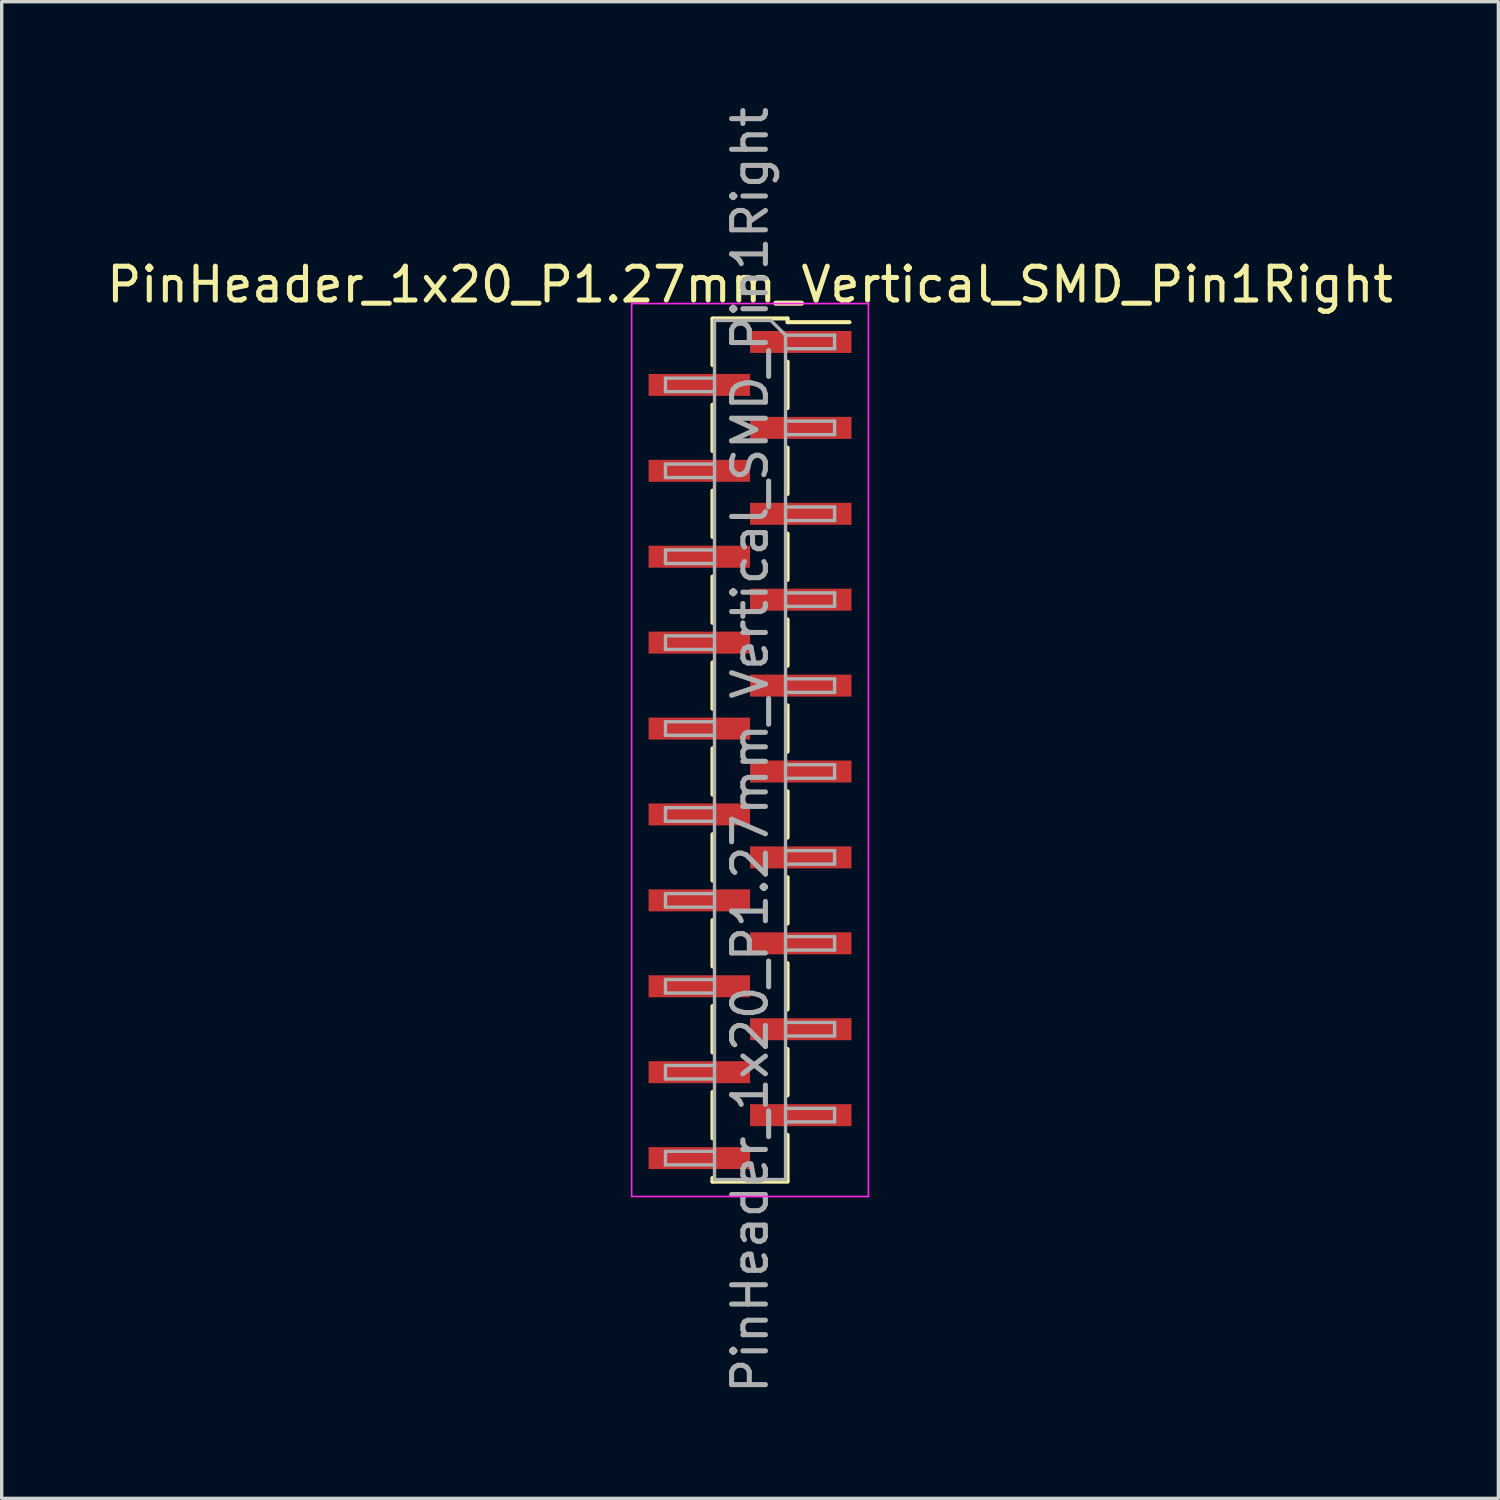
<source format=kicad_pcb>
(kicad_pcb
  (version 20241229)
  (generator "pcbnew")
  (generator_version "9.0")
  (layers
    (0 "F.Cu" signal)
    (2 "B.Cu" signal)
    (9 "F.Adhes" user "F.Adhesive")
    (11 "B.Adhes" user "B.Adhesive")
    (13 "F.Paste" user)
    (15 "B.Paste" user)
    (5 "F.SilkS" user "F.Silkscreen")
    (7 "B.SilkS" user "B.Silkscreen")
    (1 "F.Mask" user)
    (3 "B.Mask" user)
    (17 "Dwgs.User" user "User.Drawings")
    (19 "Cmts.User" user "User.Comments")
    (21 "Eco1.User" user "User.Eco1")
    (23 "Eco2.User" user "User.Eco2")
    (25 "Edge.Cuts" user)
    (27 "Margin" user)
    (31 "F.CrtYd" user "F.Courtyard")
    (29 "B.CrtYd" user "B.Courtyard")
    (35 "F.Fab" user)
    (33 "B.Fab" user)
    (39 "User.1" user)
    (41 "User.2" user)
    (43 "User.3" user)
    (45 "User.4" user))
  (footprint "PinHeader_1x20_P1.27mm_Vertical_SMD_Pin1Right"
    (layer "F.Cu")
    (at 19.125 19.125)
    (property "Reference" "PinHeader_1x20_P1.27mm_Vertical_SMD_Pin1Right" (at 0 -13.76 0) (layer "F.SilkS") (effects (font (size 1 1) (thickness 0.15))))
    (attr smd)
    (fp_line (start -1.11 -12.76) (end 1.11 -12.76) (stroke (width 0.12) (type solid)) (layer "F.SilkS"))
    (fp_line (start -1.11 -12.75) (end -1.11 -11.38) (stroke (width 0.12) (type solid)) (layer "F.SilkS"))
    (fp_line (start -1.11 -10.21) (end -1.11 -8.84) (stroke (width 0.12) (type solid)) (layer "F.SilkS"))
    (fp_line (start -1.11 -7.67) (end -1.11 -6.3) (stroke (width 0.12) (type solid)) (layer "F.SilkS"))
    (fp_line (start -1.11 -5.13) (end -1.11 -3.76) (stroke (width 0.12) (type solid)) (layer "F.SilkS"))
    (fp_line (start -1.11 -2.59) (end -1.11 -1.22) (stroke (width 0.12) (type solid)) (layer "F.SilkS"))
    (fp_line (start -1.11 -0.05) (end -1.11 1.32) (stroke (width 0.12) (type solid)) (layer "F.SilkS"))
    (fp_line (start -1.11 2.49) (end -1.11 3.86) (stroke (width 0.12) (type solid)) (layer "F.SilkS"))
    (fp_line (start -1.11 5.03) (end -1.11 6.4) (stroke (width 0.12) (type solid)) (layer "F.SilkS"))
    (fp_line (start -1.11 7.57) (end -1.11 8.94) (stroke (width 0.12) (type solid)) (layer "F.SilkS"))
    (fp_line (start -1.11 10.11) (end -1.11 11.48) (stroke (width 0.12) (type solid)) (layer "F.SilkS"))
    (fp_line (start -1.11 12.65) (end -1.11 12.76) (stroke (width 0.12) (type solid)) (layer "F.SilkS"))
    (fp_line (start -1.11 12.76) (end 1.11 12.76) (stroke (width 0.12) (type solid)) (layer "F.SilkS"))
    (fp_line (start 1.11 -12.76) (end 1.11 -12.65) (stroke (width 0.12) (type solid)) (layer "F.SilkS"))
    (fp_line (start 1.11 -12.65) (end 2.94 -12.65) (stroke (width 0.12) (type solid)) (layer "F.SilkS"))
    (fp_line (start 1.11 -11.48) (end 1.11 -10.11) (stroke (width 0.12) (type solid)) (layer "F.SilkS"))
    (fp_line (start 1.11 -8.94) (end 1.11 -7.57) (stroke (width 0.12) (type solid)) (layer "F.SilkS"))
    (fp_line (start 1.11 -6.4) (end 1.11 -5.03) (stroke (width 0.12) (type solid)) (layer "F.SilkS"))
    (fp_line (start 1.11 -3.86) (end 1.11 -2.49) (stroke (width 0.12) (type solid)) (layer "F.SilkS"))
    (fp_line (start 1.11 -1.32) (end 1.11 0.05) (stroke (width 0.12) (type solid)) (layer "F.SilkS"))
    (fp_line (start 1.11 1.22) (end 1.11 2.59) (stroke (width 0.12) (type solid)) (layer "F.SilkS"))
    (fp_line (start 1.11 3.76) (end 1.11 5.13) (stroke (width 0.12) (type solid)) (layer "F.SilkS"))
    (fp_line (start 1.11 6.3) (end 1.11 7.67) (stroke (width 0.12) (type solid)) (layer "F.SilkS"))
    (fp_line (start 1.11 8.84) (end 1.11 10.21) (stroke (width 0.12) (type solid)) (layer "F.SilkS"))
    (fp_line (start 1.11 11.38) (end 1.11 12.75) (stroke (width 0.12) (type solid)) (layer "F.SilkS"))
    (fp_line (start -3.5 -13.2) (end -3.5 13.2) (stroke (width 0.05) (type solid)) (layer "F.CrtYd"))
    (fp_line (start -3.5 13.2) (end 3.5 13.2) (stroke (width 0.05) (type solid)) (layer "F.CrtYd"))
    (fp_line (start 3.5 -13.2) (end -3.5 -13.2) (stroke (width 0.05) (type solid)) (layer "F.CrtYd"))
    (fp_line (start 3.5 13.2) (end 3.5 -13.2) (stroke (width 0.05) (type solid)) (layer "F.CrtYd"))
    (fp_line (start -2.5 -10.995) (end -2.5 -10.595) (stroke (width 0.1) (type solid)) (layer "F.Fab"))
    (fp_line (start -2.5 -10.595) (end -1.05 -10.595) (stroke (width 0.1) (type solid)) (layer "F.Fab"))
    (fp_line (start -2.5 -8.455) (end -2.5 -8.055) (stroke (width 0.1) (type solid)) (layer "F.Fab"))
    (fp_line (start -2.5 -8.055) (end -1.05 -8.055) (stroke (width 0.1) (type solid)) (layer "F.Fab"))
    (fp_line (start -2.5 -5.915) (end -2.5 -5.515) (stroke (width 0.1) (type solid)) (layer "F.Fab"))
    (fp_line (start -2.5 -5.515) (end -1.05 -5.515) (stroke (width 0.1) (type solid)) (layer "F.Fab"))
    (fp_line (start -2.5 -3.375) (end -2.5 -2.975) (stroke (width 0.1) (type solid)) (layer "F.Fab"))
    (fp_line (start -2.5 -2.975) (end -1.05 -2.975) (stroke (width 0.1) (type solid)) (layer "F.Fab"))
    (fp_line (start -2.5 -0.835) (end -2.5 -0.435) (stroke (width 0.1) (type solid)) (layer "F.Fab"))
    (fp_line (start -2.5 -0.435) (end -1.05 -0.435) (stroke (width 0.1) (type solid)) (layer "F.Fab"))
    (fp_line (start -2.5 1.705) (end -2.5 2.105) (stroke (width 0.1) (type solid)) (layer "F.Fab"))
    (fp_line (start -2.5 2.105) (end -1.05 2.105) (stroke (width 0.1) (type solid)) (layer "F.Fab"))
    (fp_line (start -2.5 4.245) (end -2.5 4.645) (stroke (width 0.1) (type solid)) (layer "F.Fab"))
    (fp_line (start -2.5 4.645) (end -1.05 4.645) (stroke (width 0.1) (type solid)) (layer "F.Fab"))
    (fp_line (start -2.5 6.785) (end -2.5 7.185) (stroke (width 0.1) (type solid)) (layer "F.Fab"))
    (fp_line (start -2.5 7.185) (end -1.05 7.185) (stroke (width 0.1) (type solid)) (layer "F.Fab"))
    (fp_line (start -2.5 9.325) (end -2.5 9.725) (stroke (width 0.1) (type solid)) (layer "F.Fab"))
    (fp_line (start -2.5 9.725) (end -1.05 9.725) (stroke (width 0.1) (type solid)) (layer "F.Fab"))
    (fp_line (start -2.5 11.865) (end -2.5 12.265) (stroke (width 0.1) (type solid)) (layer "F.Fab"))
    (fp_line (start -2.5 12.265) (end -1.05 12.265) (stroke (width 0.1) (type solid)) (layer "F.Fab"))
    (fp_line (start -1.05 -12.7) (end -1.05 12.7) (stroke (width 0.1) (type solid)) (layer "F.Fab"))
    (fp_line (start -1.05 -12.7) (end 0.615 -12.7) (stroke (width 0.1) (type solid)) (layer "F.Fab"))
    (fp_line (start -1.05 -10.995) (end -2.5 -10.995) (stroke (width 0.1) (type solid)) (layer "F.Fab"))
    (fp_line (start -1.05 -8.455) (end -2.5 -8.455) (stroke (width 0.1) (type solid)) (layer "F.Fab"))
    (fp_line (start -1.05 -5.915) (end -2.5 -5.915) (stroke (width 0.1) (type solid)) (layer "F.Fab"))
    (fp_line (start -1.05 -3.375) (end -2.5 -3.375) (stroke (width 0.1) (type solid)) (layer "F.Fab"))
    (fp_line (start -1.05 -0.835) (end -2.5 -0.835) (stroke (width 0.1) (type solid)) (layer "F.Fab"))
    (fp_line (start -1.05 1.705) (end -2.5 1.705) (stroke (width 0.1) (type solid)) (layer "F.Fab"))
    (fp_line (start -1.05 4.245) (end -2.5 4.245) (stroke (width 0.1) (type solid)) (layer "F.Fab"))
    (fp_line (start -1.05 6.785) (end -2.5 6.785) (stroke (width 0.1) (type solid)) (layer "F.Fab"))
    (fp_line (start -1.05 9.325) (end -2.5 9.325) (stroke (width 0.1) (type solid)) (layer "F.Fab"))
    (fp_line (start -1.05 11.865) (end -2.5 11.865) (stroke (width 0.1) (type solid)) (layer "F.Fab"))
    (fp_line (start 1.05 -12.265) (end 0.615 -12.7) (stroke (width 0.1) (type solid)) (layer "F.Fab"))
    (fp_line (start 1.05 -12.265) (end 2.5 -12.265) (stroke (width 0.1) (type solid)) (layer "F.Fab"))
    (fp_line (start 1.05 -9.725) (end 2.5 -9.725) (stroke (width 0.1) (type solid)) (layer "F.Fab"))
    (fp_line (start 1.05 -7.185) (end 2.5 -7.185) (stroke (width 0.1) (type solid)) (layer "F.Fab"))
    (fp_line (start 1.05 -4.645) (end 2.5 -4.645) (stroke (width 0.1) (type solid)) (layer "F.Fab"))
    (fp_line (start 1.05 -2.105) (end 2.5 -2.105) (stroke (width 0.1) (type solid)) (layer "F.Fab"))
    (fp_line (start 1.05 0.435) (end 2.5 0.435) (stroke (width 0.1) (type solid)) (layer "F.Fab"))
    (fp_line (start 1.05 2.975) (end 2.5 2.975) (stroke (width 0.1) (type solid)) (layer "F.Fab"))
    (fp_line (start 1.05 5.515) (end 2.5 5.515) (stroke (width 0.1) (type solid)) (layer "F.Fab"))
    (fp_line (start 1.05 8.055) (end 2.5 8.055) (stroke (width 0.1) (type solid)) (layer "F.Fab"))
    (fp_line (start 1.05 10.595) (end 2.5 10.595) (stroke (width 0.1) (type solid)) (layer "F.Fab"))
    (fp_line (start 1.05 12.7) (end -1.05 12.7) (stroke (width 0.1) (type solid)) (layer "F.Fab"))
    (fp_line (start 1.05 12.7) (end 1.05 -12.265) (stroke (width 0.1) (type solid)) (layer "F.Fab"))
    (fp_line (start 2.5 -12.265) (end 2.5 -11.865) (stroke (width 0.1) (type solid)) (layer "F.Fab"))
    (fp_line (start 2.5 -11.865) (end 1.05 -11.865) (stroke (width 0.1) (type solid)) (layer "F.Fab"))
    (fp_line (start 2.5 -9.725) (end 2.5 -9.325) (stroke (width 0.1) (type solid)) (layer "F.Fab"))
    (fp_line (start 2.5 -9.325) (end 1.05 -9.325) (stroke (width 0.1) (type solid)) (layer "F.Fab"))
    (fp_line (start 2.5 -7.185) (end 2.5 -6.785) (stroke (width 0.1) (type solid)) (layer "F.Fab"))
    (fp_line (start 2.5 -6.785) (end 1.05 -6.785) (stroke (width 0.1) (type solid)) (layer "F.Fab"))
    (fp_line (start 2.5 -4.645) (end 2.5 -4.245) (stroke (width 0.1) (type solid)) (layer "F.Fab"))
    (fp_line (start 2.5 -4.245) (end 1.05 -4.245) (stroke (width 0.1) (type solid)) (layer "F.Fab"))
    (fp_line (start 2.5 -2.105) (end 2.5 -1.705) (stroke (width 0.1) (type solid)) (layer "F.Fab"))
    (fp_line (start 2.5 -1.705) (end 1.05 -1.705) (stroke (width 0.1) (type solid)) (layer "F.Fab"))
    (fp_line (start 2.5 0.435) (end 2.5 0.835) (stroke (width 0.1) (type solid)) (layer "F.Fab"))
    (fp_line (start 2.5 0.835) (end 1.05 0.835) (stroke (width 0.1) (type solid)) (layer "F.Fab"))
    (fp_line (start 2.5 2.975) (end 2.5 3.375) (stroke (width 0.1) (type solid)) (layer "F.Fab"))
    (fp_line (start 2.5 3.375) (end 1.05 3.375) (stroke (width 0.1) (type solid)) (layer "F.Fab"))
    (fp_line (start 2.5 5.515) (end 2.5 5.915) (stroke (width 0.1) (type solid)) (layer "F.Fab"))
    (fp_line (start 2.5 5.915) (end 1.05 5.915) (stroke (width 0.1) (type solid)) (layer "F.Fab"))
    (fp_line (start 2.5 8.055) (end 2.5 8.455) (stroke (width 0.1) (type solid)) (layer "F.Fab"))
    (fp_line (start 2.5 8.455) (end 1.05 8.455) (stroke (width 0.1) (type solid)) (layer "F.Fab"))
    (fp_line (start 2.5 10.595) (end 2.5 10.995) (stroke (width 0.1) (type solid)) (layer "F.Fab"))
    (fp_line (start 2.5 10.995) (end 1.05 10.995) (stroke (width 0.1) (type solid)) (layer "F.Fab"))
    (fp_text user "${REFERENCE}" (at 0 0 90) (layer "F.Fab") (effects (font (size 1 1) (thickness 0.15))))
    (pad "1" smd rect (at 1.5 -12.065) (size 3 0.65) (layers "F.Cu" "F.Mask" "F.Paste"))
    (pad "2" smd rect (at -1.5 -10.795) (size 3 0.65) (layers "F.Cu" "F.Mask" "F.Paste"))
    (pad "3" smd rect (at 1.5 -9.525) (size 3 0.65) (layers "F.Cu" "F.Mask" "F.Paste"))
    (pad "4" smd rect (at -1.5 -8.255) (size 3 0.65) (layers "F.Cu" "F.Mask" "F.Paste"))
    (pad "5" smd rect (at 1.5 -6.985) (size 3 0.65) (layers "F.Cu" "F.Mask" "F.Paste"))
    (pad "6" smd rect (at -1.5 -5.715) (size 3 0.65) (layers "F.Cu" "F.Mask" "F.Paste"))
    (pad "7" smd rect (at 1.5 -4.445) (size 3 0.65) (layers "F.Cu" "F.Mask" "F.Paste"))
    (pad "8" smd rect (at -1.5 -3.175) (size 3 0.65) (layers "F.Cu" "F.Mask" "F.Paste"))
    (pad "9" smd rect (at 1.5 -1.905) (size 3 0.65) (layers "F.Cu" "F.Mask" "F.Paste"))
    (pad "10" smd rect (at -1.5 -0.635) (size 3 0.65) (layers "F.Cu" "F.Mask" "F.Paste"))
    (pad "11" smd rect (at 1.5 0.635) (size 3 0.65) (layers "F.Cu" "F.Mask" "F.Paste"))
    (pad "12" smd rect (at -1.5 1.905) (size 3 0.65) (layers "F.Cu" "F.Mask" "F.Paste"))
    (pad "13" smd rect (at 1.5 3.175) (size 3 0.65) (layers "F.Cu" "F.Mask" "F.Paste"))
    (pad "14" smd rect (at -1.5 4.445) (size 3 0.65) (layers "F.Cu" "F.Mask" "F.Paste"))
    (pad "15" smd rect (at 1.5 5.715) (size 3 0.65) (layers "F.Cu" "F.Mask" "F.Paste"))
    (pad "16" smd rect (at -1.5 6.985) (size 3 0.65) (layers "F.Cu" "F.Mask" "F.Paste"))
    (pad "17" smd rect (at 1.5 8.255) (size 3 0.65) (layers "F.Cu" "F.Mask" "F.Paste"))
    (pad "18" smd rect (at -1.5 9.525) (size 3 0.65) (layers "F.Cu" "F.Mask" "F.Paste"))
    (pad "19" smd rect (at 1.5 10.795) (size 3 0.65) (layers "F.Cu" "F.Mask" "F.Paste"))
    (pad "20" smd rect (at -1.5 12.065) (size 3 0.65) (layers "F.Cu" "F.Mask" "F.Paste")))
  (gr_rect
    (start -3 -3)
    (end 41.25 41.25)
    (stroke (width 0.1) (type default))
    (fill no)
    (layer "Edge.Cuts")))
</source>
